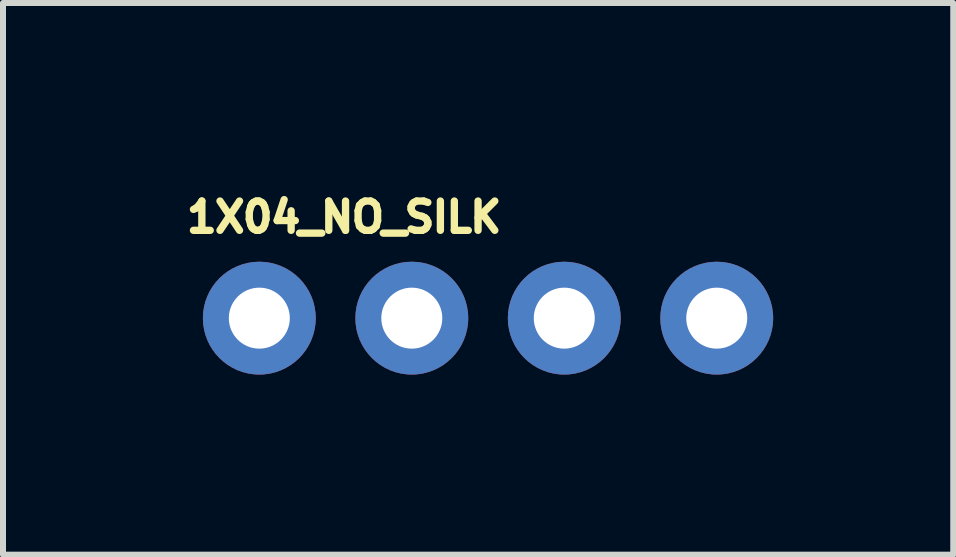
<source format=kicad_pcb>
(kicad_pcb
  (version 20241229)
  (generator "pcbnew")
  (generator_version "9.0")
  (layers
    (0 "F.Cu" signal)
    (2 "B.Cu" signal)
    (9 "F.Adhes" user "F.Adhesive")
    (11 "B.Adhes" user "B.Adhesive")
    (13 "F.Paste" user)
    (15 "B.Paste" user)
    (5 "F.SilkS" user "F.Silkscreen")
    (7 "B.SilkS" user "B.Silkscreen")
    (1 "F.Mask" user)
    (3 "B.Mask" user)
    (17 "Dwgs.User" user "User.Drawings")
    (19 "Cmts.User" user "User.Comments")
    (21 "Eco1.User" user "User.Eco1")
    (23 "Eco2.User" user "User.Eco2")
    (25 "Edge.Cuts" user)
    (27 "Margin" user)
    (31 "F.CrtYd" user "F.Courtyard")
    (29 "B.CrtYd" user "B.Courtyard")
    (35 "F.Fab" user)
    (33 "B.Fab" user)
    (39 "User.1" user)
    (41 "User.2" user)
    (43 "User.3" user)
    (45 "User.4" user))
  (footprint "1X04_NO_SILK"
    (layer "F.Cu")
    (at 1.27 2.25)
    (property "Reference" "1X04_NO_SILK" (at -1.27 -1.397 0) (unlocked yes) (layer "F.SilkS") (effects (font (size 0.488 0.488) (thickness 0.122)) (justify left bottom)))
    (fp_poly (pts (xy -0.254 0.254) (xy 0.254 0.254) (xy 0.254 -0.254) (xy -0.254 -0.254)) (stroke (width 0.1) (type default)) (fill no) (layer "F.Fab"))
    (fp_poly (pts (xy 2.286 0.254) (xy 2.794 0.254) (xy 2.794 -0.254) (xy 2.286 -0.254)) (stroke (width 0.1) (type default)) (fill no) (layer "F.Fab"))
    (fp_poly (pts (xy 4.826 0.254) (xy 5.334 0.254) (xy 5.334 -0.254) (xy 4.826 -0.254)) (stroke (width 0.1) (type default)) (fill no) (layer "F.Fab"))
    (fp_poly (pts (xy 7.366 0.254) (xy 7.874 0.254) (xy 7.874 -0.254) (xy 7.366 -0.254)) (stroke (width 0.1) (type default)) (fill no) (layer "F.Fab"))
    (pad "1" thru_hole circle (at 0 0 90) (size 1.88 1.88) (drill 1.016) (layers "*.Cu" "*.Mask"))
    (pad "2" thru_hole circle (at 2.54 0 90) (size 1.88 1.88) (drill 1.016) (layers "*.Cu" "*.Mask"))
    (pad "3" thru_hole circle (at 5.08 0 90) (size 1.88 1.88) (drill 1.016) (layers "*.Cu" "*.Mask"))
    (pad "4" thru_hole circle (at 7.62 0 90) (size 1.88 1.88) (drill 1.016) (layers "*.Cu" "*.Mask")))
  (gr_rect
    (start -3 -3)
    (end 12.83 6.19)
    (stroke (width 0.1) (type default))
    (fill no)
    (layer "Edge.Cuts")))
</source>
